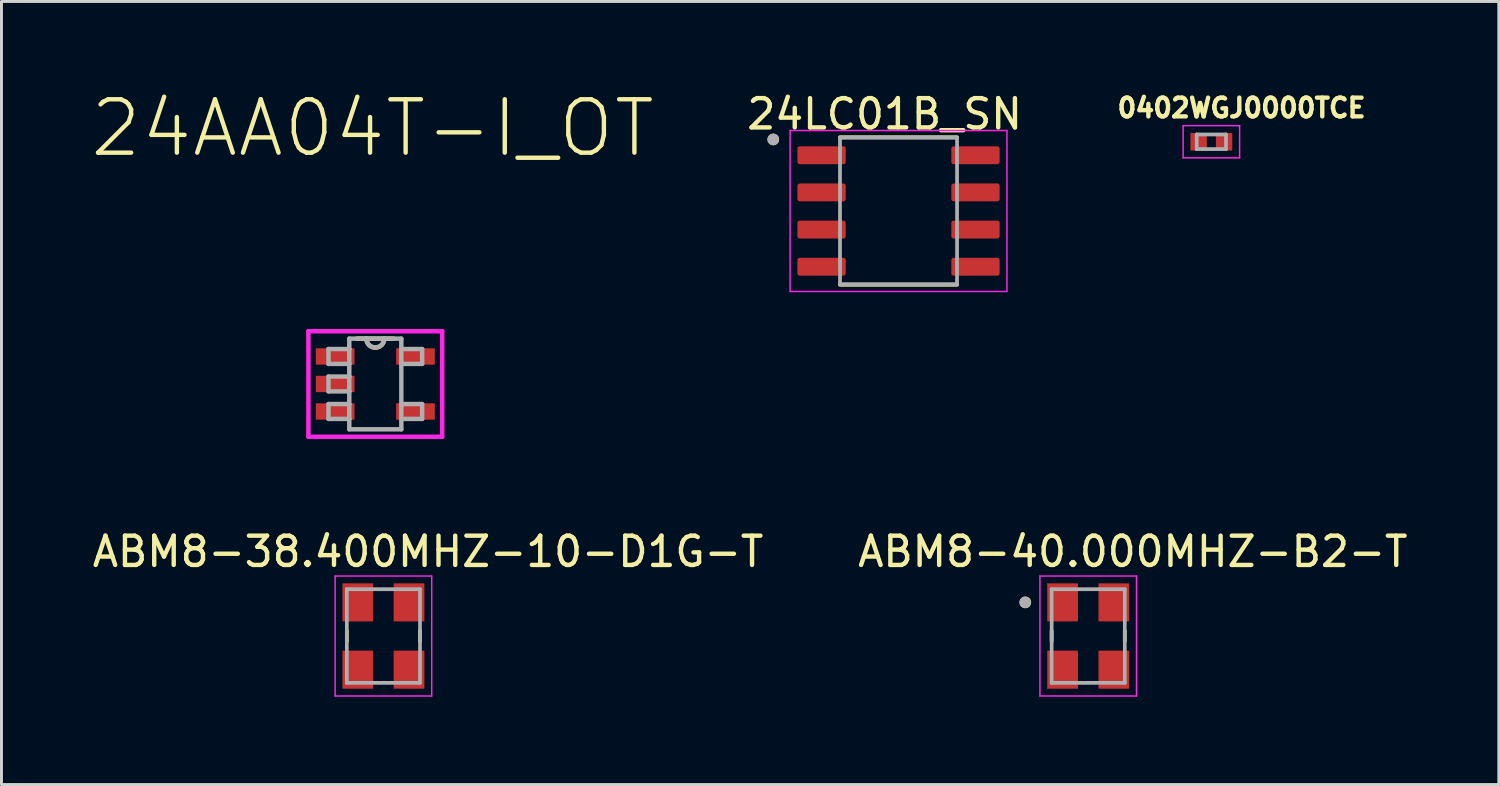
<source format=kicad_pcb>
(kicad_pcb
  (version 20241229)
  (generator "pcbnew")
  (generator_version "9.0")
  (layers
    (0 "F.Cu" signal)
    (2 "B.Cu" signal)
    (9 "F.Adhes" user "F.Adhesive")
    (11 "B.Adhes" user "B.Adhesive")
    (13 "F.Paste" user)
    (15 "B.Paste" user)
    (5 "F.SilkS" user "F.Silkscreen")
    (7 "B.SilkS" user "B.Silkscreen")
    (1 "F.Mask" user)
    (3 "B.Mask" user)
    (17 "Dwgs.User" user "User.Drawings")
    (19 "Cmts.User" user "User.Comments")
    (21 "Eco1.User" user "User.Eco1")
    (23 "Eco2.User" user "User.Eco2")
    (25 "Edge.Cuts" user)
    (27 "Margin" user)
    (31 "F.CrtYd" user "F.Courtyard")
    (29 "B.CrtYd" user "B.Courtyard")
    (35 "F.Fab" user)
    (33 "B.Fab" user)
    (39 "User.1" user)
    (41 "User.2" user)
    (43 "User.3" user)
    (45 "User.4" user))
  (footprint "ABM8-38.400MHZ-10-D1G-T"
    (layer "F.Cu")
    (at 10.052 18.684)
    (property "Reference" "ABM8-38.400MHZ-10-D1G-T" (at 1.525 -2.885 0) (layer "F.SilkS") (effects (font (size 1 1) (thickness 0.15))))
    (attr smd)
    (fp_line (start -1.25 -0.18) (end -1.25 0.18) (stroke (width 0.127) (type solid)) (layer "F.SilkS"))
    (fp_line (start 1.25 -0.18) (end 1.25 0.18) (stroke (width 0.127) (type solid)) (layer "F.SilkS"))
    (fp_line (start -1.65 -2.05) (end -1.65 2.05) (stroke (width 0.05) (type solid)) (layer "F.CrtYd"))
    (fp_line (start -1.65 -2.05) (end 1.65 -2.05) (stroke (width 0.05) (type solid)) (layer "F.CrtYd"))
    (fp_line (start 1.65 -2.05) (end 1.65 2.05) (stroke (width 0.05) (type solid)) (layer "F.CrtYd"))
    (fp_line (start 1.65 2.05) (end -1.65 2.05) (stroke (width 0.05) (type solid)) (layer "F.CrtYd"))
    (fp_line (start -1.25 -1.6) (end -1.25 1.6) (stroke (width 0.127) (type solid)) (layer "F.Fab"))
    (fp_line (start -1.25 -1.6) (end 1.25 -1.6) (stroke (width 0.127) (type solid)) (layer "F.Fab"))
    (fp_line (start 1.25 -1.6) (end 1.25 1.6) (stroke (width 0.127) (type solid)) (layer "F.Fab"))
    (fp_line (start 1.25 1.6) (end -1.25 1.6) (stroke (width 0.127) (type solid)) (layer "F.Fab"))
    (pad "1" smd rect (at -0.875 -1.15) (size 1.05 1.3) (layers "F.Cu" "F.Mask" "F.Paste"))
    (pad "2" smd rect (at -0.875 1.15) (size 1.05 1.3) (layers "F.Cu" "F.Mask" "F.Paste"))
    (pad "3" smd rect (at 0.875 1.15) (size 1.05 1.3) (layers "F.Cu" "F.Mask" "F.Paste"))
    (pad "4" smd rect (at 0.875 -1.15) (size 1.05 1.3) (layers "F.Cu" "F.Mask" "F.Paste")))
  (footprint "0402WGJ0000TCE"
    (layer "F.Cu")
    (at 38.344 1.794)
    (property "Reference" "0402WGJ0000TCE" (at 1.032 -1.156 0) (layer "F.SilkS") (effects (font (size 0.64 0.64) (thickness 0.15))))
    (attr smd)
    (fp_line (start -0.965 -0.55) (end 0.965 -0.55) (stroke (width 0.05) (type solid)) (layer "F.CrtYd"))
    (fp_line (start -0.965 0.55) (end -0.965 -0.55) (stroke (width 0.05) (type solid)) (layer "F.CrtYd"))
    (fp_line (start 0.965 -0.55) (end 0.965 0.55) (stroke (width 0.05) (type solid)) (layer "F.CrtYd"))
    (fp_line (start 0.965 0.55) (end -0.965 0.55) (stroke (width 0.05) (type solid)) (layer "F.CrtYd"))
    (fp_line (start -0.5 -0.25) (end 0.5 -0.25) (stroke (width 0.127) (type solid)) (layer "F.Fab"))
    (fp_line (start -0.5 0.25) (end -0.5 -0.25) (stroke (width 0.127) (type solid)) (layer "F.Fab"))
    (fp_line (start 0.5 -0.25) (end 0.5 0.25) (stroke (width 0.127) (type solid)) (layer "F.Fab"))
    (fp_line (start 0.5 0.25) (end -0.5 0.25) (stroke (width 0.127) (type solid)) (layer "F.Fab"))
    (pad "1" smd rect (at -0.435 0) (size 0.56 0.6) (layers "F.Cu" "F.Mask" "F.Paste"))
    (pad "2" smd rect (at 0.435 0) (size 0.56 0.6) (layers "F.Cu" "F.Mask" "F.Paste")))
  (footprint "24AA04T-I_OT"
    (layer "F.Cu")
    (at 9.775 10.071)
    (property "Reference" "24AA04T-I_OT" (at -0.093 -8.741 0) (layer "F.SilkS") (effects (font (size 1.824 1.824) (thickness 0.15))))
    (attr smd)
    (fp_line (start -0.305 -1.549) (end -0.635 -1.549) (stroke (width 0.152) (type solid)) (layer "F.SilkS"))
    (fp_line (start 0.305 -1.549) (end -0.305 -1.549) (stroke (width 0.152) (type solid)) (layer "F.SilkS"))
    (fp_line (start 0.635 -1.549) (end 0.305 -1.549) (stroke (width 0.152) (type solid)) (layer "F.SilkS"))
    (fp_arc (start 0.3048 -1.5494) (mid 0 -1.2446) (end -0.3048 -1.5494) (stroke (width 0.1524) (type solid)) (layer "F.SilkS"))
    (fp_line (start -2.286 -1.803) (end 2.286 -1.803) (stroke (width 0.152) (type solid)) (layer "F.CrtYd"))
    (fp_line (start -2.286 1.803) (end -2.286 -1.803) (stroke (width 0.152) (type solid)) (layer "F.CrtYd"))
    (fp_line (start 2.286 -1.803) (end 2.286 1.803) (stroke (width 0.152) (type solid)) (layer "F.CrtYd"))
    (fp_line (start 2.286 1.803) (end -2.286 1.803) (stroke (width 0.152) (type solid)) (layer "F.CrtYd"))
    (fp_line (start -1.6 -1.194) (end -1.6 -0.686) (stroke (width 0.152) (type solid)) (layer "F.Fab"))
    (fp_line (start -1.6 -0.686) (end -0.889 -0.686) (stroke (width 0.152) (type solid)) (layer "F.Fab"))
    (fp_line (start -1.6 -0.254) (end -1.6 0.254) (stroke (width 0.152) (type solid)) (layer "F.Fab"))
    (fp_line (start -1.6 0.254) (end -0.889 0.254) (stroke (width 0.152) (type solid)) (layer "F.Fab"))
    (fp_line (start -1.6 0.686) (end -1.6 1.194) (stroke (width 0.152) (type solid)) (layer "F.Fab"))
    (fp_line (start -1.6 1.194) (end -0.889 1.194) (stroke (width 0.152) (type solid)) (layer "F.Fab"))
    (fp_line (start -0.889 -1.549) (end -0.889 -1.194) (stroke (width 0.152) (type solid)) (layer "F.Fab"))
    (fp_line (start -0.889 -1.194) (end -1.6 -1.194) (stroke (width 0.152) (type solid)) (layer "F.Fab"))
    (fp_line (start -0.889 -1.194) (end -0.889 -0.686) (stroke (width 0.152) (type solid)) (layer "F.Fab"))
    (fp_line (start -0.889 -0.686) (end -0.889 -0.254) (stroke (width 0.152) (type solid)) (layer "F.Fab"))
    (fp_line (start -0.889 -0.254) (end -1.6 -0.254) (stroke (width 0.152) (type solid)) (layer "F.Fab"))
    (fp_line (start -0.889 -0.254) (end -0.889 0.254) (stroke (width 0.152) (type solid)) (layer "F.Fab"))
    (fp_line (start -0.889 0.254) (end -0.889 0.686) (stroke (width 0.152) (type solid)) (layer "F.Fab"))
    (fp_line (start -0.889 0.686) (end -1.6 0.686) (stroke (width 0.152) (type solid)) (layer "F.Fab"))
    (fp_line (start -0.889 1.194) (end -0.889 0.686) (stroke (width 0.152) (type solid)) (layer "F.Fab"))
    (fp_line (start -0.889 1.549) (end -0.889 1.194) (stroke (width 0.152) (type solid)) (layer "F.Fab"))
    (fp_line (start -0.889 1.549) (end 0.889 1.549) (stroke (width 0.152) (type solid)) (layer "F.Fab"))
    (fp_line (start -0.305 -1.549) (end -0.889 -1.549) (stroke (width 0.152) (type solid)) (layer "F.Fab"))
    (fp_line (start 0.305 -1.549) (end -0.305 -1.549) (stroke (width 0.152) (type solid)) (layer "F.Fab"))
    (fp_line (start 0.889 -1.549) (end 0.305 -1.549) (stroke (width 0.152) (type solid)) (layer "F.Fab"))
    (fp_line (start 0.889 -1.549) (end 0.889 -1.194) (stroke (width 0.152) (type solid)) (layer "F.Fab"))
    (fp_line (start 0.889 -1.194) (end 0.889 -0.686) (stroke (width 0.152) (type solid)) (layer "F.Fab"))
    (fp_line (start 0.889 -0.686) (end 1.6 -0.686) (stroke (width 0.152) (type solid)) (layer "F.Fab"))
    (fp_line (start 0.889 0.686) (end 0.889 -0.686) (stroke (width 0.152) (type solid)) (layer "F.Fab"))
    (fp_line (start 0.889 1.194) (end 0.889 0.686) (stroke (width 0.152) (type solid)) (layer "F.Fab"))
    (fp_line (start 0.889 1.194) (end 1.6 1.194) (stroke (width 0.152) (type solid)) (layer "F.Fab"))
    (fp_line (start 0.889 1.549) (end 0.889 1.194) (stroke (width 0.152) (type solid)) (layer "F.Fab"))
    (fp_line (start 1.6 -1.194) (end 0.889 -1.194) (stroke (width 0.152) (type solid)) (layer "F.Fab"))
    (fp_line (start 1.6 -0.686) (end 1.6 -1.194) (stroke (width 0.152) (type solid)) (layer "F.Fab"))
    (fp_line (start 1.6 0.686) (end 0.889 0.686) (stroke (width 0.152) (type solid)) (layer "F.Fab"))
    (fp_line (start 1.6 1.194) (end 1.6 0.686) (stroke (width 0.152) (type solid)) (layer "F.Fab"))
    (fp_arc (start 0.3048 -1.5494) (mid 0 -1.2446) (end -0.3048 -1.5494) (stroke (width 0.1524) (type solid)) (layer "F.Fab"))
    (pad "1" smd rect (at -1.372 -0.94) (size 1.321 0.559) (layers "F.Cu" "F.Mask" "F.Paste"))
    (pad "2" smd rect (at -1.372 0) (size 1.321 0.559) (layers "F.Cu" "F.Mask" "F.Paste"))
    (pad "3" smd rect (at -1.372 0.94) (size 1.321 0.559) (layers "F.Cu" "F.Mask" "F.Paste"))
    (pad "4" smd rect (at 1.372 0.94) (size 1.321 0.559) (layers "F.Cu" "F.Mask" "F.Paste"))
    (pad "5" smd rect (at 1.372 -0.94) (size 1.321 0.559) (layers "F.Cu" "F.Mask" "F.Paste")))
  (footprint "24LC01B_SN"
    (layer "F.Cu")
    (at 27.654 4.16)
    (property "Reference" "24LC01B_SN" (at -0.475 -3.312 0) (layer "F.SilkS") (effects (font (size 1 1) (thickness 0.15))))
    (attr smd)
    (fp_line (start -2 -2.523) (end 2 -2.523) (stroke (width 0.127) (type solid)) (layer "F.SilkS"))
    (fp_line (start -2 2.523) (end 2 2.523) (stroke (width 0.127) (type solid)) (layer "F.SilkS"))
    (fp_circle (center -4.28 -2.445) (end -4.18 -2.445) (stroke (width 0.2) (type solid)) (fill no) (layer "F.SilkS"))
    (fp_line (start -3.705 -2.75) (end -3.705 2.75) (stroke (width 0.05) (type solid)) (layer "F.CrtYd"))
    (fp_line (start -3.705 -2.75) (end 3.705 -2.75) (stroke (width 0.05) (type solid)) (layer "F.CrtYd"))
    (fp_line (start -3.705 2.75) (end 3.705 2.75) (stroke (width 0.05) (type solid)) (layer "F.CrtYd"))
    (fp_line (start 3.705 -2.75) (end 3.705 2.75) (stroke (width 0.05) (type solid)) (layer "F.CrtYd"))
    (fp_line (start -2 -2.5) (end -2 2.5) (stroke (width 0.127) (type solid)) (layer "F.Fab"))
    (fp_line (start -2 -2.5) (end 2 -2.5) (stroke (width 0.127) (type solid)) (layer "F.Fab"))
    (fp_line (start -2 2.5) (end 2 2.5) (stroke (width 0.127) (type solid)) (layer "F.Fab"))
    (fp_line (start 2 -2.5) (end 2 2.5) (stroke (width 0.127) (type solid)) (layer "F.Fab"))
    (fp_circle (center -4.28 -2.445) (end -4.18 -2.445) (stroke (width 0.2) (type solid)) (fill no) (layer "F.Fab"))
    (pad "1" smd roundrect (at -2.63 -1.905) (size 1.65 0.61) (layers "F.Cu" "F.Mask" "F.Paste") (roundrect_rratio 0.125))
    (pad "2" smd roundrect (at -2.63 -0.635) (size 1.65 0.61) (layers "F.Cu" "F.Mask" "F.Paste") (roundrect_rratio 0.125))
    (pad "3" smd roundrect (at -2.63 0.635) (size 1.65 0.61) (layers "F.Cu" "F.Mask" "F.Paste") (roundrect_rratio 0.125))
    (pad "4" smd roundrect (at -2.63 1.905) (size 1.65 0.61) (layers "F.Cu" "F.Mask" "F.Paste") (roundrect_rratio 0.125))
    (pad "5" smd roundrect (at 2.63 1.905) (size 1.65 0.61) (layers "F.Cu" "F.Mask" "F.Paste") (roundrect_rratio 0.125))
    (pad "6" smd roundrect (at 2.63 0.635) (size 1.65 0.61) (layers "F.Cu" "F.Mask" "F.Paste") (roundrect_rratio 0.125))
    (pad "7" smd roundrect (at 2.63 -0.635) (size 1.65 0.61) (layers "F.Cu" "F.Mask" "F.Paste") (roundrect_rratio 0.125))
    (pad "8" smd roundrect (at 2.63 -1.905) (size 1.65 0.61) (layers "F.Cu" "F.Mask" "F.Paste") (roundrect_rratio 0.125)))
  (footprint "ABM8-40.000MHZ-B2-T"
    (layer "F.Cu")
    (at 34.136 18.684)
    (property "Reference" "ABM8-40.000MHZ-B2-T" (at 1.525 -2.885 0) (layer "F.SilkS") (effects (font (size 1 1) (thickness 0.15))))
    (attr smd)
    (fp_line (start -1.25 -0.18) (end -1.25 0.18) (stroke (width 0.127) (type solid)) (layer "F.SilkS"))
    (fp_line (start 1.25 -0.18) (end 1.25 0.18) (stroke (width 0.127) (type solid)) (layer "F.SilkS"))
    (fp_circle (center -2.15 -1.15) (end -2.05 -1.15) (stroke (width 0.2) (type solid)) (fill no) (layer "F.SilkS"))
    (fp_line (start -1.65 -2.05) (end -1.65 2.05) (stroke (width 0.05) (type solid)) (layer "F.CrtYd"))
    (fp_line (start -1.65 -2.05) (end 1.65 -2.05) (stroke (width 0.05) (type solid)) (layer "F.CrtYd"))
    (fp_line (start 1.65 -2.05) (end 1.65 2.05) (stroke (width 0.05) (type solid)) (layer "F.CrtYd"))
    (fp_line (start 1.65 2.05) (end -1.65 2.05) (stroke (width 0.05) (type solid)) (layer "F.CrtYd"))
    (fp_line (start -1.25 -1.6) (end -1.25 1.6) (stroke (width 0.127) (type solid)) (layer "F.Fab"))
    (fp_line (start -1.25 -1.6) (end 1.25 -1.6) (stroke (width 0.127) (type solid)) (layer "F.Fab"))
    (fp_line (start 1.25 -1.6) (end 1.25 1.6) (stroke (width 0.127) (type solid)) (layer "F.Fab"))
    (fp_line (start 1.25 1.6) (end -1.25 1.6) (stroke (width 0.127) (type solid)) (layer "F.Fab"))
    (fp_circle (center -2.15 -1.15) (end -2.05 -1.15) (stroke (width 0.2) (type solid)) (fill no) (layer "F.Fab"))
    (pad "1" smd rect (at -0.875 -1.15) (size 1.05 1.3) (layers "F.Cu" "F.Mask" "F.Paste"))
    (pad "2" smd rect (at -0.875 1.15) (size 1.05 1.3) (layers "F.Cu" "F.Mask" "F.Paste"))
    (pad "3" smd rect (at 0.875 1.15) (size 1.05 1.3) (layers "F.Cu" "F.Mask" "F.Paste"))
    (pad "4" smd rect (at 0.875 -1.15) (size 1.05 1.3) (layers "F.Cu" "F.Mask" "F.Paste")))
  (gr_rect
    (start -3 -3)
    (end 48.167 23.759)
    (stroke (width 0.1) (type default))
    (fill no)
    (layer "Edge.Cuts")))
</source>
